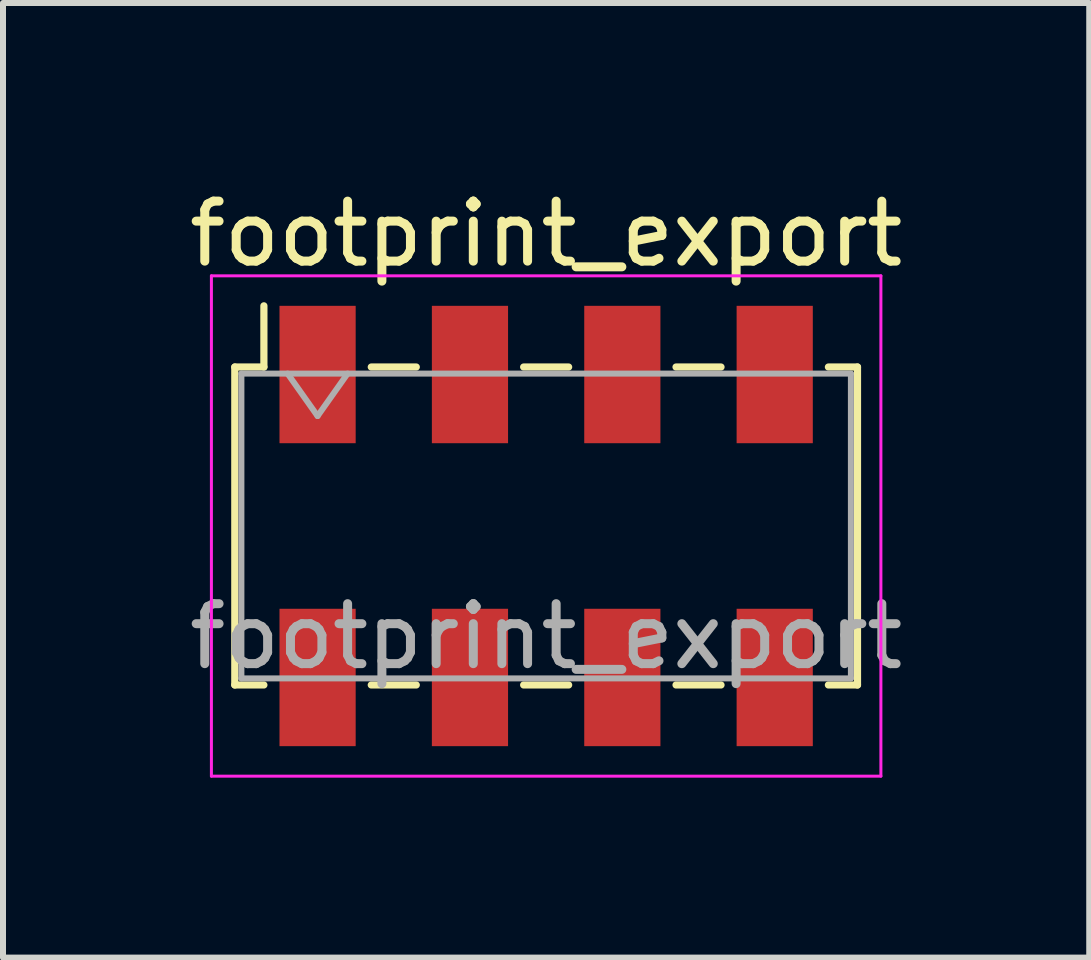
<source format=kicad_pcb>
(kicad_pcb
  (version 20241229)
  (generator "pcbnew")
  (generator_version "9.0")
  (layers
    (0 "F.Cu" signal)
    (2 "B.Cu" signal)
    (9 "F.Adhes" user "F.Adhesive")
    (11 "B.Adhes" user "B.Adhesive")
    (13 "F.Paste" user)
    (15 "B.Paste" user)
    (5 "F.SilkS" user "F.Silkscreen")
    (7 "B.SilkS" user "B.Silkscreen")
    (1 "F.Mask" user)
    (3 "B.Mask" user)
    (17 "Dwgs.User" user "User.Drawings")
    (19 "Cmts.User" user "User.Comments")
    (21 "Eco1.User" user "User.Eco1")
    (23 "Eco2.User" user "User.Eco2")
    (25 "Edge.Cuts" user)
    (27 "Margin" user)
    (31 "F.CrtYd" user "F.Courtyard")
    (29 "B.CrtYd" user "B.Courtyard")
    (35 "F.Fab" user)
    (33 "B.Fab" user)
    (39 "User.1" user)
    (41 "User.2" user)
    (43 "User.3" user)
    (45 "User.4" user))
  (footprint "footprint_export"
    (layer "F.Cu")
    (at 6.054 5.718)
    (property "Reference" "footprint_export" (at 0 -4.87 0) (layer "F.SilkS") (effects (font (size 1 1) (thickness 0.15))))
    (attr smd)
    (fp_line (start -5.19 -2.65) (end -5.19 2.65) (stroke (width 0.12) (type solid)) (layer "F.SilkS"))
    (fp_line (start -5.19 2.65) (end -4.705 2.65) (stroke (width 0.12) (type solid)) (layer "F.SilkS"))
    (fp_line (start -4.705 -3.67) (end -4.705 -2.65) (stroke (width 0.12) (type solid)) (layer "F.SilkS"))
    (fp_line (start -4.705 -2.65) (end -5.19 -2.65) (stroke (width 0.12) (type solid)) (layer "F.SilkS"))
    (fp_line (start -2.915 -2.65) (end -2.165 -2.65) (stroke (width 0.12) (type solid)) (layer "F.SilkS"))
    (fp_line (start -2.915 2.65) (end -2.165 2.65) (stroke (width 0.12) (type solid)) (layer "F.SilkS"))
    (fp_line (start -0.375 -2.65) (end 0.375 -2.65) (stroke (width 0.12) (type solid)) (layer "F.SilkS"))
    (fp_line (start -0.375 2.65) (end 0.375 2.65) (stroke (width 0.12) (type solid)) (layer "F.SilkS"))
    (fp_line (start 2.165 -2.65) (end 2.915 -2.65) (stroke (width 0.12) (type solid)) (layer "F.SilkS"))
    (fp_line (start 2.165 2.65) (end 2.915 2.65) (stroke (width 0.12) (type solid)) (layer "F.SilkS"))
    (fp_line (start 4.705 -2.65) (end 5.19 -2.65) (stroke (width 0.12) (type solid)) (layer "F.SilkS"))
    (fp_line (start 5.19 -2.65) (end 5.19 2.65) (stroke (width 0.12) (type solid)) (layer "F.SilkS"))
    (fp_line (start 5.19 2.65) (end 4.705 2.65) (stroke (width 0.12) (type solid)) (layer "F.SilkS"))
    (fp_line (start -5.58 -4.17) (end 5.58 -4.17) (stroke (width 0.05) (type solid)) (layer "F.CrtYd"))
    (fp_line (start -5.58 4.17) (end -5.58 -4.17) (stroke (width 0.05) (type solid)) (layer "F.CrtYd"))
    (fp_line (start 5.58 -4.17) (end 5.58 4.17) (stroke (width 0.05) (type solid)) (layer "F.CrtYd"))
    (fp_line (start 5.58 4.17) (end -5.58 4.17) (stroke (width 0.05) (type solid)) (layer "F.CrtYd"))
    (fp_line (start -5.08 -2.54) (end 5.08 -2.54) (stroke (width 0.1) (type solid)) (layer "F.Fab"))
    (fp_line (start -5.08 2.54) (end -5.08 -2.54) (stroke (width 0.1) (type solid)) (layer "F.Fab"))
    (fp_line (start -4.31 -2.54) (end -3.81 -1.833) (stroke (width 0.1) (type solid)) (layer "F.Fab"))
    (fp_line (start -3.81 -1.833) (end -3.31 -2.54) (stroke (width 0.1) (type solid)) (layer "F.Fab"))
    (fp_line (start 5.08 -2.54) (end 5.08 2.54) (stroke (width 0.1) (type solid)) (layer "F.Fab"))
    (fp_line (start 5.08 2.54) (end -5.08 2.54) (stroke (width 0.1) (type solid)) (layer "F.Fab"))
    (fp_text user "${REFERENCE}" (at 0 1.84 0) (layer "F.Fab") (effects (font (size 1 1) (thickness 0.15))))
    (pad "1" smd rect (at -3.81 -2.525) (size 1.27 2.29) (layers "F.Cu" "F.Mask" "F.Paste"))
    (pad "2" smd rect (at -3.81 2.525) (size 1.27 2.29) (layers "F.Cu" "F.Mask" "F.Paste"))
    (pad "3" smd rect (at -1.27 -2.525) (size 1.27 2.29) (layers "F.Cu" "F.Mask" "F.Paste"))
    (pad "4" smd rect (at -1.27 2.525) (size 1.27 2.29) (layers "F.Cu" "F.Mask" "F.Paste"))
    (pad "5" smd rect (at 1.27 -2.525) (size 1.27 2.29) (layers "F.Cu" "F.Mask" "F.Paste"))
    (pad "6" smd rect (at 1.27 2.525) (size 1.27 2.29) (layers "F.Cu" "F.Mask" "F.Paste"))
    (pad "7" smd rect (at 3.81 -2.525) (size 1.27 2.29) (layers "F.Cu" "F.Mask" "F.Paste"))
    (pad "8" smd rect (at 3.81 2.525) (size 1.27 2.29) (layers "F.Cu" "F.Mask" "F.Paste")))
  (gr_rect
    (start -3 -3)
    (end 15.107 12.913)
    (stroke (width 0.1) (type default))
    (fill no)
    (layer "Edge.Cuts")))
</source>
